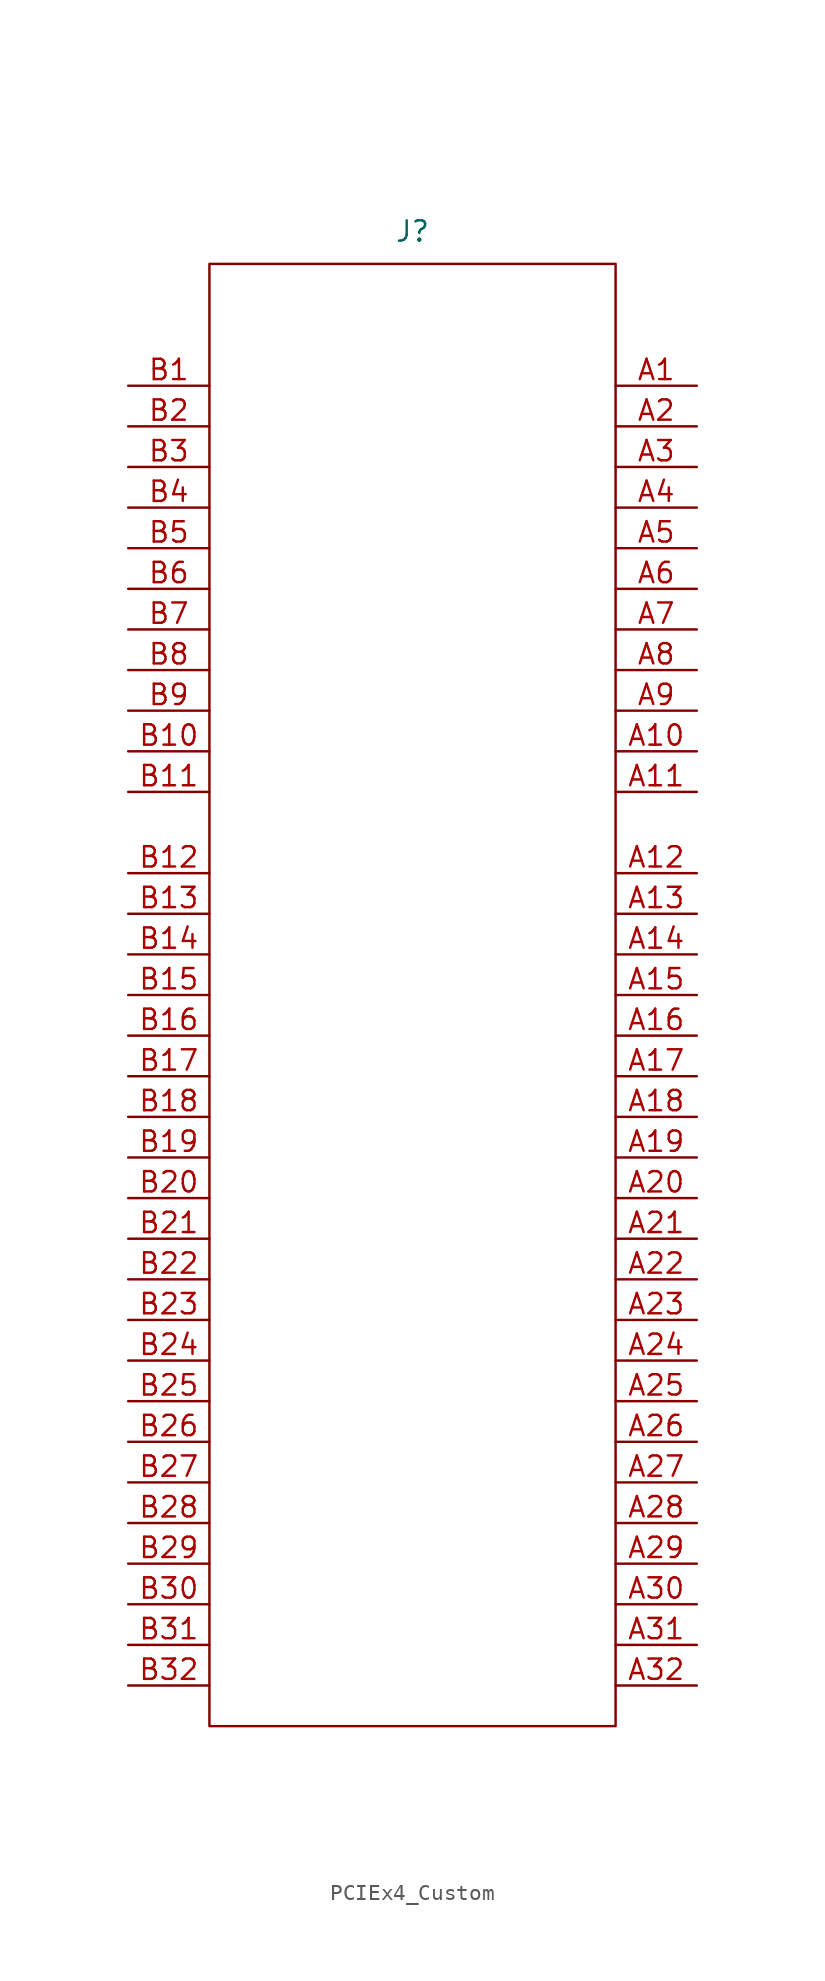
<source format=kicad_sym>
(kicad_symbol_lib
  (version 20231120)
  (generator "kicad_symbol_editor")
  (generator_version "8.0")
  (symbol "PCIEx4_Custom"
    (property "Reference" "J"
      (at 0 42.672 0)
      (effects (font (size 1.27 1.27))))
    (property "Value" ""
      (at 0 35.56 0)
      (effects (font (size 1.27 1.27))))
    (symbol "PCIEx4_Custom_0_1"
      (rectangle (start -12.7 40.64) (end 12.7 -50.8) (stroke (width 0) (type default)) (fill (type none))))
    (symbol "PCIEx4_Custom_1_0"
      (pin input line (at 17.78 10.16 180) (length 5.08) (name "" (effects (font (size 1.27 1.27)))) (number "A10" (effects (font (size 1.27 1.27)))))
      (pin input line (at 17.78 7.62 180) (length 5.08) (name "" (effects (font (size 1.27 1.27)))) (number "A11" (effects (font (size 1.27 1.27)))))
      (pin input line (at 17.78 2.54 180) (length 5.08) (name "" (effects (font (size 1.27 1.27)))) (number "A12" (effects (font (size 1.27 1.27)))))
      (pin input line (at 17.78 0 180) (length 5.08) (name "" (effects (font (size 1.27 1.27)))) (number "A13" (effects (font (size 1.27 1.27)))))
      (pin input line (at 17.78 -2.54 180) (length 5.08) (name "" (effects (font (size 1.27 1.27)))) (number "A14" (effects (font (size 1.27 1.27)))))
      (pin input line (at 17.78 -5.08 180) (length 5.08) (name "" (effects (font (size 1.27 1.27)))) (number "A15" (effects (font (size 1.27 1.27)))))
      (pin input line (at 17.78 -7.62 180) (length 5.08) (name "" (effects (font (size 1.27 1.27)))) (number "A16" (effects (font (size 1.27 1.27)))))
      (pin input line (at 17.78 -10.16 180) (length 5.08) (name "" (effects (font (size 1.27 1.27)))) (number "A17" (effects (font (size 1.27 1.27)))))
      (pin input line (at 17.78 -12.7 180) (length 5.08) (name "" (effects (font (size 1.27 1.27)))) (number "A18" (effects (font (size 1.27 1.27)))))
      (pin input line (at 17.78 -15.24 180) (length 5.08) (name "" (effects (font (size 1.27 1.27)))) (number "A19" (effects (font (size 1.27 1.27)))))
      (pin input line (at 17.78 30.48 180) (length 5.08) (name "" (effects (font (size 1.27 1.27)))) (number "A2" (effects (font (size 1.27 1.27)))))
      (pin input line (at 17.78 -17.78 180) (length 5.08) (name "" (effects (font (size 1.27 1.27)))) (number "A20" (effects (font (size 1.27 1.27)))))
      (pin input line (at 17.78 -20.32 180) (length 5.08) (name "" (effects (font (size 1.27 1.27)))) (number "A21" (effects (font (size 1.27 1.27)))))
      (pin input line (at 17.78 -22.86 180) (length 5.08) (name "" (effects (font (size 1.27 1.27)))) (number "A22" (effects (font (size 1.27 1.27)))))
      (pin input line (at 17.78 -25.4 180) (length 5.08) (name "" (effects (font (size 1.27 1.27)))) (number "A23" (effects (font (size 1.27 1.27)))))
      (pin input line (at 17.78 -27.94 180) (length 5.08) (name "" (effects (font (size 1.27 1.27)))) (number "A24" (effects (font (size 1.27 1.27)))))
      (pin input line (at 17.78 -30.48 180) (length 5.08) (name "" (effects (font (size 1.27 1.27)))) (number "A25" (effects (font (size 1.27 1.27)))))
      (pin input line (at 17.78 -33.02 180) (length 5.08) (name "" (effects (font (size 1.27 1.27)))) (number "A26" (effects (font (size 1.27 1.27)))))
      (pin input line (at 17.78 -35.56 180) (length 5.08) (name "" (effects (font (size 1.27 1.27)))) (number "A27" (effects (font (size 1.27 1.27)))))
      (pin input line (at 17.78 -38.1 180) (length 5.08) (name "" (effects (font (size 1.27 1.27)))) (number "A28" (effects (font (size 1.27 1.27)))))
      (pin input line (at 17.78 -40.64 180) (length 5.08) (name "" (effects (font (size 1.27 1.27)))) (number "A29" (effects (font (size 1.27 1.27)))))
      (pin input line (at 17.78 27.94 180) (length 5.08) (name "" (effects (font (size 1.27 1.27)))) (number "A3" (effects (font (size 1.27 1.27)))))
      (pin input line (at 17.78 -43.18 180) (length 5.08) (name "" (effects (font (size 1.27 1.27)))) (number "A30" (effects (font (size 1.27 1.27)))))
      (pin input line (at 17.78 -45.72 180) (length 5.08) (name "" (effects (font (size 1.27 1.27)))) (number "A31" (effects (font (size 1.27 1.27)))))
      (pin input line (at 17.78 -48.26 180) (length 5.08) (name "" (effects (font (size 1.27 1.27)))) (number "A32" (effects (font (size 1.27 1.27)))))
      (pin input line (at 17.78 25.4 180) (length 5.08) (name "" (effects (font (size 1.27 1.27)))) (number "A4" (effects (font (size 1.27 1.27)))))
      (pin input line (at 17.78 22.86 180) (length 5.08) (name "" (effects (font (size 1.27 1.27)))) (number "A5" (effects (font (size 1.27 1.27)))))
      (pin input line (at 17.78 20.32 180) (length 5.08) (name "" (effects (font (size 1.27 1.27)))) (number "A6" (effects (font (size 1.27 1.27)))))
      (pin input line (at 17.78 17.78 180) (length 5.08) (name "" (effects (font (size 1.27 1.27)))) (number "A7" (effects (font (size 1.27 1.27)))))
      (pin input line (at 17.78 15.24 180) (length 5.08) (name "" (effects (font (size 1.27 1.27)))) (number "A8" (effects (font (size 1.27 1.27)))))
      (pin input line (at 17.78 12.7 180) (length 5.08) (name "" (effects (font (size 1.27 1.27)))) (number "A9" (effects (font (size 1.27 1.27)))))
      (pin input line (at -17.78 10.16 0) (length 5.08) (name "" (effects (font (size 1.27 1.27)))) (number "B10" (effects (font (size 1.27 1.27)))))
      (pin input line (at -17.78 7.62 0) (length 5.08) (name "" (effects (font (size 1.27 1.27)))) (number "B11" (effects (font (size 1.27 1.27)))))
      (pin input line (at -17.78 2.54 0) (length 5.08) (name "" (effects (font (size 1.27 1.27)))) (number "B12" (effects (font (size 1.27 1.27)))))
      (pin input line (at -17.78 0 0) (length 5.08) (name "" (effects (font (size 1.27 1.27)))) (number "B13" (effects (font (size 1.27 1.27)))))
      (pin input line (at -17.78 -2.54 0) (length 5.08) (name "" (effects (font (size 1.27 1.27)))) (number "B14" (effects (font (size 1.27 1.27)))))
      (pin input line (at -17.78 -5.08 0) (length 5.08) (name "" (effects (font (size 1.27 1.27)))) (number "B15" (effects (font (size 1.27 1.27)))))
      (pin input line (at -17.78 -7.62 0) (length 5.08) (name "" (effects (font (size 1.27 1.27)))) (number "B16" (effects (font (size 1.27 1.27)))))
      (pin input line (at -17.78 -10.16 0) (length 5.08) (name "" (effects (font (size 1.27 1.27)))) (number "B17" (effects (font (size 1.27 1.27)))))
      (pin input line (at -17.78 -12.7 0) (length 5.08) (name "" (effects (font (size 1.27 1.27)))) (number "B18" (effects (font (size 1.27 1.27)))))
      (pin input line (at -17.78 -15.24 0) (length 5.08) (name "" (effects (font (size 1.27 1.27)))) (number "B19" (effects (font (size 1.27 1.27)))))
      (pin input line (at -17.78 30.48 0) (length 5.08) (name "" (effects (font (size 1.27 1.27)))) (number "B2" (effects (font (size 1.27 1.27)))))
      (pin input line (at -17.78 -17.78 0) (length 5.08) (name "" (effects (font (size 1.27 1.27)))) (number "B20" (effects (font (size 1.27 1.27)))))
      (pin input line (at -17.78 -20.32 0) (length 5.08) (name "" (effects (font (size 1.27 1.27)))) (number "B21" (effects (font (size 1.27 1.27)))))
      (pin input line (at -17.78 -22.86 0) (length 5.08) (name "" (effects (font (size 1.27 1.27)))) (number "B22" (effects (font (size 1.27 1.27)))))
      (pin input line (at -17.78 -25.4 0) (length 5.08) (name "" (effects (font (size 1.27 1.27)))) (number "B23" (effects (font (size 1.27 1.27)))))
      (pin input line (at -17.78 -27.94 0) (length 5.08) (name "" (effects (font (size 1.27 1.27)))) (number "B24" (effects (font (size 1.27 1.27)))))
      (pin input line (at -17.78 -30.48 0) (length 5.08) (name "" (effects (font (size 1.27 1.27)))) (number "B25" (effects (font (size 1.27 1.27)))))
      (pin input line (at -17.78 -33.02 0) (length 5.08) (name "" (effects (font (size 1.27 1.27)))) (number "B26" (effects (font (size 1.27 1.27)))))
      (pin input line (at -17.78 -35.56 0) (length 5.08) (name "" (effects (font (size 1.27 1.27)))) (number "B27" (effects (font (size 1.27 1.27)))))
      (pin input line (at -17.78 -38.1 0) (length 5.08) (name "" (effects (font (size 1.27 1.27)))) (number "B28" (effects (font (size 1.27 1.27)))))
      (pin input line (at -17.78 -40.64 0) (length 5.08) (name "" (effects (font (size 1.27 1.27)))) (number "B29" (effects (font (size 1.27 1.27)))))
      (pin input line (at -17.78 27.94 0) (length 5.08) (name "" (effects (font (size 1.27 1.27)))) (number "B3" (effects (font (size 1.27 1.27)))))
      (pin input line (at -17.78 -43.18 0) (length 5.08) (name "" (effects (font (size 1.27 1.27)))) (number "B30" (effects (font (size 1.27 1.27)))))
      (pin input line (at -17.78 -45.72 0) (length 5.08) (name "" (effects (font (size 1.27 1.27)))) (number "B31" (effects (font (size 1.27 1.27)))))
      (pin input line (at -17.78 -48.26 0) (length 5.08) (name "" (effects (font (size 1.27 1.27)))) (number "B32" (effects (font (size 1.27 1.27)))))
      (pin input line (at -17.78 25.4 0) (length 5.08) (name "" (effects (font (size 1.27 1.27)))) (number "B4" (effects (font (size 1.27 1.27)))))
      (pin input line (at -17.78 22.86 0) (length 5.08) (name "" (effects (font (size 1.27 1.27)))) (number "B5" (effects (font (size 1.27 1.27)))))
      (pin input line (at -17.78 20.32 0) (length 5.08) (name "" (effects (font (size 1.27 1.27)))) (number "B6" (effects (font (size 1.27 1.27)))))
      (pin input line (at -17.78 17.78 0) (length 5.08) (name "" (effects (font (size 1.27 1.27)))) (number "B7" (effects (font (size 1.27 1.27)))))
      (pin input line (at -17.78 15.24 0) (length 5.08) (name "" (effects (font (size 1.27 1.27)))) (number "B8" (effects (font (size 1.27 1.27)))))
      (pin input line (at -17.78 12.7 0) (length 5.08) (name "" (effects (font (size 1.27 1.27)))) (number "B9" (effects (font (size 1.27 1.27))))))
    (symbol "PCIEx4_Custom_1_1"
      (pin input line (at 17.78 33.02 180) (length 5.08) (name "" (effects (font (size 1.27 1.27)))) (number "A1" (effects (font (size 1.27 1.27)))))
      (pin input line (at -17.78 33.02 0) (length 5.08) (name "" (effects (font (size 1.27 1.27)))) (number "B1" (effects (font (size 1.27 1.27))))))))
</source>
